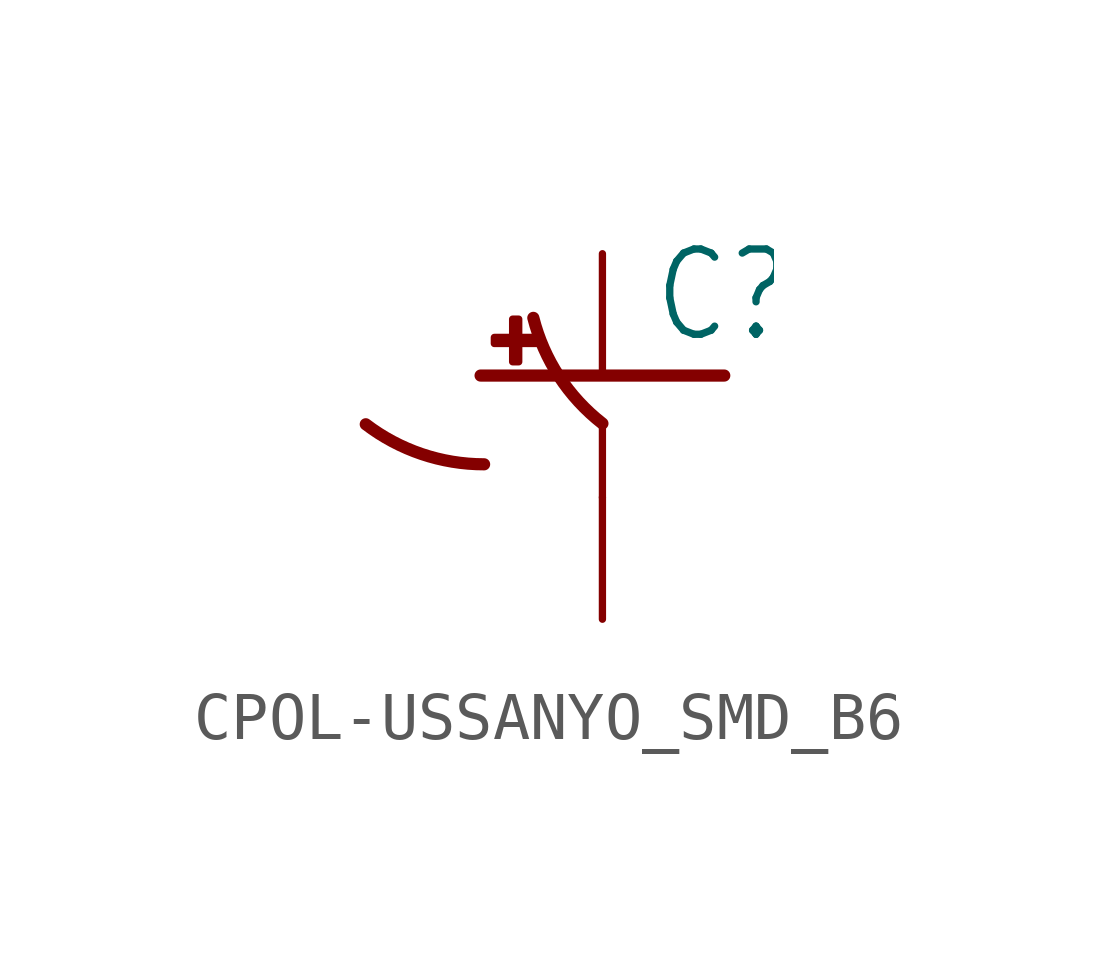
<source format=kicad_sym>
(kicad_symbol_lib
  (version 20241209)
  (generator "kicad_symbol_editor")
  (generator_version "9.0")
  (symbol "CPOL-USSANYO_SMD_B6"
    (property "Reference" "C"
      (at 1.016 0.635 0)
      (effects (font (size 1.778 1.511)) (justify left bottom)))
    (property "Value" ""
      (at 1.016 -4.191 0)
      (effects (font (size 1.778 1.511)) (justify left bottom)))
    (property "ki_locked" ""
      (at 0 0 0)
      (effects (font (size 1.27 1.27))))
    (symbol "CPOL-USSANYO_SMD_B6_1_0"
      (polyline (pts (xy -2.54 0) (xy 2.54 0)) (stroke (width 0.254) (type solid)) (fill (type none)))
      (arc (start -2.4669 -1.8504) (mid -3.7689 -1.6361) (end -4.9337 -1.0159) (stroke (width 0.254) (type solid)) (fill (type none)))
      (rectangle (start -2.253 0.668) (end -1.364 0.795) (stroke (width 0) (type default)) (fill (type outline)))
      (rectangle (start -1.872 0.287) (end -1.745 1.176) (stroke (width 0) (type default)) (fill (type outline)))
      (polyline (pts (xy 0 -1.016) (xy 0 -2.54)) (stroke (width 0.152) (type solid)) (fill (type none)))
      (arc (start 0 -1) (mid -0.9038 -0.0189) (end -1.4403 1.2025) (stroke (width 0.254) (type solid)) (fill (type none)))
      (pin passive line (at 0 2.54 270) (length 2.54) (name "+" (effects (font (size 0 0)))) (number "+" (effects (font (size 0 0)))))
      (pin passive line (at 0 -5.08 90) (length 2.54) (name "-" (effects (font (size 0 0)))) (number "-" (effects (font (size 0 0))))))))
</source>
